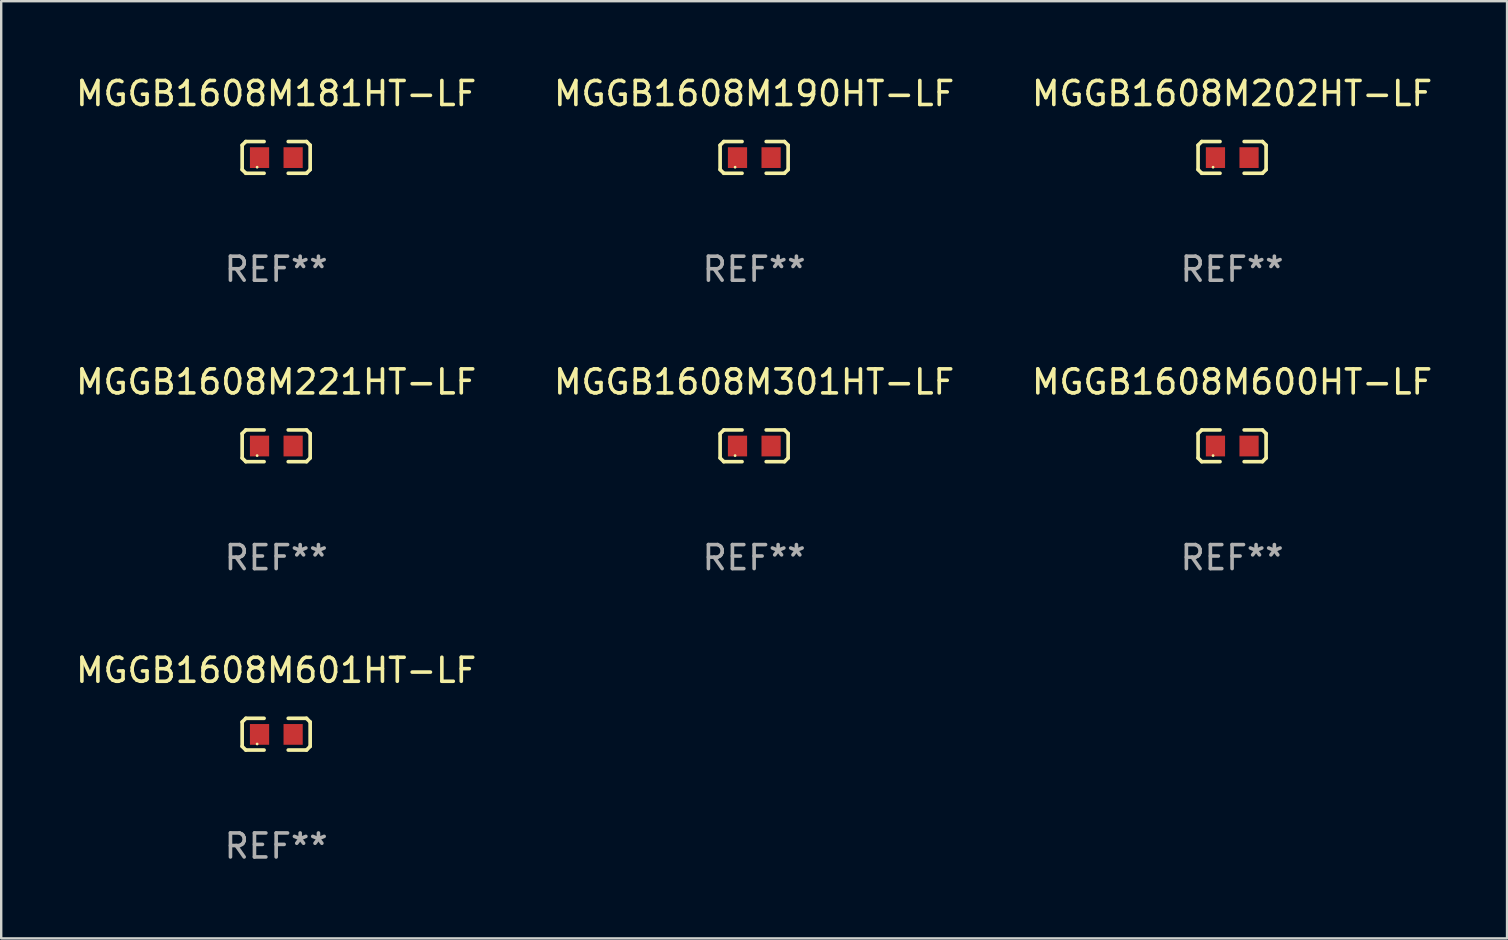
<source format=kicad_pcb>
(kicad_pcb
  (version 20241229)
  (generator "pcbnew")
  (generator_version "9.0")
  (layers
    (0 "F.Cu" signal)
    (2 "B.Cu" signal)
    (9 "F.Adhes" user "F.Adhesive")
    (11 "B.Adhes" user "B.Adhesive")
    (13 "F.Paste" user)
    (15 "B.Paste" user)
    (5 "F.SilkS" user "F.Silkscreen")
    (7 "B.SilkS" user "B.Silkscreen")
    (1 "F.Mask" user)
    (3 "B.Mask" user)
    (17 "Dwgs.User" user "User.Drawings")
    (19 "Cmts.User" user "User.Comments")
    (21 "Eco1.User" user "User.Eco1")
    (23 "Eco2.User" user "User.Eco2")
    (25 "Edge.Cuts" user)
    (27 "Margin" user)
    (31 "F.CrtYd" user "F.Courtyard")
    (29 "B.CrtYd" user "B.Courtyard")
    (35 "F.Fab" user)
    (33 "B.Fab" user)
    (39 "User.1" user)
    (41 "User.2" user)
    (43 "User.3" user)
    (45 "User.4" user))
  (footprint "MGGB1608M221HT-LF"
    (layer "F.Cu")
    (at 8.458 15.527)
    (property "Reference" "MGGB1608M221HT-LF" (at 0 -2.661 0) (layer "F.SilkS") (effects (font (size 1 1) (thickness 0.15))))
    (attr through_hole)
    (fp_line (start -1.417 -0.508) (end -1.265 -0.661) (stroke (width 0.152) (type solid)) (layer "F.SilkS"))
    (fp_line (start -1.417 0.508) (end -1.417 -0.508) (stroke (width 0.152) (type solid)) (layer "F.SilkS"))
    (fp_line (start -1.265 -0.661) (end -0.503 -0.661) (stroke (width 0.152) (type solid)) (layer "F.SilkS"))
    (fp_line (start -1.265 0.661) (end -1.417 0.508) (stroke (width 0.152) (type solid)) (layer "F.SilkS"))
    (fp_line (start -1.265 0.661) (end -0.503 0.661) (stroke (width 0.152) (type solid)) (layer "F.SilkS"))
    (fp_line (start 1.265 -0.661) (end 0.503 -0.661) (stroke (width 0.152) (type solid)) (layer "F.SilkS"))
    (fp_line (start 1.265 -0.661) (end 1.417 -0.508) (stroke (width 0.152) (type solid)) (layer "F.SilkS"))
    (fp_line (start 1.265 0.661) (end 0.503 0.661) (stroke (width 0.152) (type solid)) (layer "F.SilkS"))
    (fp_line (start 1.417 -0.508) (end 1.417 0.508) (stroke (width 0.152) (type solid)) (layer "F.SilkS"))
    (fp_line (start 1.417 0.508) (end 1.265 0.661) (stroke (width 0.152) (type solid)) (layer "F.SilkS"))
    (fp_circle (center -0.793 0.409) (end -0.763 0.409) (stroke (width 0.06) (type solid)) (fill no) (layer "F.SilkS"))
    (fp_text user "REF**" (at 0 4.661 0) (layer "F.Fab") (effects (font (size 1 1) (thickness 0.15))))
    (pad "1" smd rect (at -0.693 0.009 180) (size 0.8 0.864) (layers "F.Cu" "F.Mask" "F.Paste"))
    (pad "2" smd rect (at 0.707 0.009 180) (size 0.8 0.864) (layers "F.Cu" "F.Mask" "F.Paste")))
  (footprint "MGGB1608M181HT-LF"
    (layer "F.Cu")
    (at 8.458 3.509)
    (property "Reference" "MGGB1608M181HT-LF" (at 0 -2.661 0) (layer "F.SilkS") (effects (font (size 1 1) (thickness 0.15))))
    (attr through_hole)
    (fp_line (start -1.417 -0.508) (end -1.265 -0.661) (stroke (width 0.152) (type solid)) (layer "F.SilkS"))
    (fp_line (start -1.417 0.508) (end -1.417 -0.508) (stroke (width 0.152) (type solid)) (layer "F.SilkS"))
    (fp_line (start -1.265 -0.661) (end -0.503 -0.661) (stroke (width 0.152) (type solid)) (layer "F.SilkS"))
    (fp_line (start -1.265 0.661) (end -1.417 0.508) (stroke (width 0.152) (type solid)) (layer "F.SilkS"))
    (fp_line (start -1.265 0.661) (end -0.503 0.661) (stroke (width 0.152) (type solid)) (layer "F.SilkS"))
    (fp_line (start 1.265 -0.661) (end 0.503 -0.661) (stroke (width 0.152) (type solid)) (layer "F.SilkS"))
    (fp_line (start 1.265 -0.661) (end 1.417 -0.508) (stroke (width 0.152) (type solid)) (layer "F.SilkS"))
    (fp_line (start 1.265 0.661) (end 0.503 0.661) (stroke (width 0.152) (type solid)) (layer "F.SilkS"))
    (fp_line (start 1.417 -0.508) (end 1.417 0.508) (stroke (width 0.152) (type solid)) (layer "F.SilkS"))
    (fp_line (start 1.417 0.508) (end 1.265 0.661) (stroke (width 0.152) (type solid)) (layer "F.SilkS"))
    (fp_circle (center -0.793 0.409) (end -0.763 0.409) (stroke (width 0.06) (type solid)) (fill no) (layer "F.SilkS"))
    (fp_text user "REF**" (at 0 4.661 0) (layer "F.Fab") (effects (font (size 1 1) (thickness 0.15))))
    (pad "1" smd rect (at -0.693 0.009 180) (size 0.8 0.864) (layers "F.Cu" "F.Mask" "F.Paste"))
    (pad "2" smd rect (at 0.707 0.009 180) (size 0.8 0.864) (layers "F.Cu" "F.Mask" "F.Paste")))
  (footprint "MGGB1608M202HT-LF"
    (layer "F.Cu")
    (at 48.292 3.509)
    (property "Reference" "MGGB1608M202HT-LF" (at 0 -2.661 0) (layer "F.SilkS") (effects (font (size 1 1) (thickness 0.15))))
    (attr through_hole)
    (fp_line (start -1.417 -0.508) (end -1.265 -0.661) (stroke (width 0.152) (type solid)) (layer "F.SilkS"))
    (fp_line (start -1.417 0.508) (end -1.417 -0.508) (stroke (width 0.152) (type solid)) (layer "F.SilkS"))
    (fp_line (start -1.265 -0.661) (end -0.503 -0.661) (stroke (width 0.152) (type solid)) (layer "F.SilkS"))
    (fp_line (start -1.265 0.661) (end -1.417 0.508) (stroke (width 0.152) (type solid)) (layer "F.SilkS"))
    (fp_line (start -1.265 0.661) (end -0.503 0.661) (stroke (width 0.152) (type solid)) (layer "F.SilkS"))
    (fp_line (start 1.265 -0.661) (end 0.503 -0.661) (stroke (width 0.152) (type solid)) (layer "F.SilkS"))
    (fp_line (start 1.265 -0.661) (end 1.417 -0.508) (stroke (width 0.152) (type solid)) (layer "F.SilkS"))
    (fp_line (start 1.265 0.661) (end 0.503 0.661) (stroke (width 0.152) (type solid)) (layer "F.SilkS"))
    (fp_line (start 1.417 -0.508) (end 1.417 0.508) (stroke (width 0.152) (type solid)) (layer "F.SilkS"))
    (fp_line (start 1.417 0.508) (end 1.265 0.661) (stroke (width 0.152) (type solid)) (layer "F.SilkS"))
    (fp_circle (center -0.793 0.409) (end -0.763 0.409) (stroke (width 0.06) (type solid)) (fill no) (layer "F.SilkS"))
    (fp_text user "REF**" (at 0 4.661 0) (layer "F.Fab") (effects (font (size 1 1) (thickness 0.15))))
    (pad "1" smd rect (at -0.693 0.009 180) (size 0.8 0.864) (layers "F.Cu" "F.Mask" "F.Paste"))
    (pad "2" smd rect (at 0.707 0.009 180) (size 0.8 0.864) (layers "F.Cu" "F.Mask" "F.Paste")))
  (footprint "MGGB1608M301HT-LF"
    (layer "F.Cu")
    (at 28.375 15.527)
    (property "Reference" "MGGB1608M301HT-LF" (at 0 -2.661 0) (layer "F.SilkS") (effects (font (size 1 1) (thickness 0.15))))
    (attr through_hole)
    (fp_line (start -1.417 -0.508) (end -1.265 -0.661) (stroke (width 0.152) (type solid)) (layer "F.SilkS"))
    (fp_line (start -1.417 0.508) (end -1.417 -0.508) (stroke (width 0.152) (type solid)) (layer "F.SilkS"))
    (fp_line (start -1.265 -0.661) (end -0.503 -0.661) (stroke (width 0.152) (type solid)) (layer "F.SilkS"))
    (fp_line (start -1.265 0.661) (end -1.417 0.508) (stroke (width 0.152) (type solid)) (layer "F.SilkS"))
    (fp_line (start -1.265 0.661) (end -0.503 0.661) (stroke (width 0.152) (type solid)) (layer "F.SilkS"))
    (fp_line (start 1.265 -0.661) (end 0.503 -0.661) (stroke (width 0.152) (type solid)) (layer "F.SilkS"))
    (fp_line (start 1.265 -0.661) (end 1.417 -0.508) (stroke (width 0.152) (type solid)) (layer "F.SilkS"))
    (fp_line (start 1.265 0.661) (end 0.503 0.661) (stroke (width 0.152) (type solid)) (layer "F.SilkS"))
    (fp_line (start 1.417 -0.508) (end 1.417 0.508) (stroke (width 0.152) (type solid)) (layer "F.SilkS"))
    (fp_line (start 1.417 0.508) (end 1.265 0.661) (stroke (width 0.152) (type solid)) (layer "F.SilkS"))
    (fp_circle (center -0.793 0.409) (end -0.763 0.409) (stroke (width 0.06) (type solid)) (fill no) (layer "F.SilkS"))
    (fp_text user "REF**" (at 0 4.661 0) (layer "F.Fab") (effects (font (size 1 1) (thickness 0.15))))
    (pad "1" smd rect (at -0.693 0.009 180) (size 0.8 0.864) (layers "F.Cu" "F.Mask" "F.Paste"))
    (pad "2" smd rect (at 0.707 0.009 180) (size 0.8 0.864) (layers "F.Cu" "F.Mask" "F.Paste")))
  (footprint "MGGB1608M600HT-LF"
    (layer "F.Cu")
    (at 48.292 15.527)
    (property "Reference" "MGGB1608M600HT-LF" (at 0 -2.661 0) (layer "F.SilkS") (effects (font (size 1 1) (thickness 0.15))))
    (attr through_hole)
    (fp_line (start -1.417 -0.508) (end -1.265 -0.661) (stroke (width 0.152) (type solid)) (layer "F.SilkS"))
    (fp_line (start -1.417 0.508) (end -1.417 -0.508) (stroke (width 0.152) (type solid)) (layer "F.SilkS"))
    (fp_line (start -1.265 -0.661) (end -0.503 -0.661) (stroke (width 0.152) (type solid)) (layer "F.SilkS"))
    (fp_line (start -1.265 0.661) (end -1.417 0.508) (stroke (width 0.152) (type solid)) (layer "F.SilkS"))
    (fp_line (start -1.265 0.661) (end -0.503 0.661) (stroke (width 0.152) (type solid)) (layer "F.SilkS"))
    (fp_line (start 1.265 -0.661) (end 0.503 -0.661) (stroke (width 0.152) (type solid)) (layer "F.SilkS"))
    (fp_line (start 1.265 -0.661) (end 1.417 -0.508) (stroke (width 0.152) (type solid)) (layer "F.SilkS"))
    (fp_line (start 1.265 0.661) (end 0.503 0.661) (stroke (width 0.152) (type solid)) (layer "F.SilkS"))
    (fp_line (start 1.417 -0.508) (end 1.417 0.508) (stroke (width 0.152) (type solid)) (layer "F.SilkS"))
    (fp_line (start 1.417 0.508) (end 1.265 0.661) (stroke (width 0.152) (type solid)) (layer "F.SilkS"))
    (fp_circle (center -0.793 0.409) (end -0.763 0.409) (stroke (width 0.06) (type solid)) (fill no) (layer "F.SilkS"))
    (fp_text user "REF**" (at 0 4.661 0) (layer "F.Fab") (effects (font (size 1 1) (thickness 0.15))))
    (pad "1" smd rect (at -0.693 0.009 180) (size 0.8 0.864) (layers "F.Cu" "F.Mask" "F.Paste"))
    (pad "2" smd rect (at 0.707 0.009 180) (size 0.8 0.864) (layers "F.Cu" "F.Mask" "F.Paste")))
  (footprint "MGGB1608M601HT-LF"
    (layer "F.Cu")
    (at 8.458 27.544)
    (property "Reference" "MGGB1608M601HT-LF" (at 0 -2.661 0) (layer "F.SilkS") (effects (font (size 1 1) (thickness 0.15))))
    (attr through_hole)
    (fp_line (start -1.417 -0.508) (end -1.265 -0.661) (stroke (width 0.152) (type solid)) (layer "F.SilkS"))
    (fp_line (start -1.417 0.508) (end -1.417 -0.508) (stroke (width 0.152) (type solid)) (layer "F.SilkS"))
    (fp_line (start -1.265 -0.661) (end -0.503 -0.661) (stroke (width 0.152) (type solid)) (layer "F.SilkS"))
    (fp_line (start -1.265 0.661) (end -1.417 0.508) (stroke (width 0.152) (type solid)) (layer "F.SilkS"))
    (fp_line (start -1.265 0.661) (end -0.503 0.661) (stroke (width 0.152) (type solid)) (layer "F.SilkS"))
    (fp_line (start 1.265 -0.661) (end 0.503 -0.661) (stroke (width 0.152) (type solid)) (layer "F.SilkS"))
    (fp_line (start 1.265 -0.661) (end 1.417 -0.508) (stroke (width 0.152) (type solid)) (layer "F.SilkS"))
    (fp_line (start 1.265 0.661) (end 0.503 0.661) (stroke (width 0.152) (type solid)) (layer "F.SilkS"))
    (fp_line (start 1.417 -0.508) (end 1.417 0.508) (stroke (width 0.152) (type solid)) (layer "F.SilkS"))
    (fp_line (start 1.417 0.508) (end 1.265 0.661) (stroke (width 0.152) (type solid)) (layer "F.SilkS"))
    (fp_circle (center -0.793 0.409) (end -0.763 0.409) (stroke (width 0.06) (type solid)) (fill no) (layer "F.SilkS"))
    (fp_text user "REF**" (at 0 4.661 0) (layer "F.Fab") (effects (font (size 1 1) (thickness 0.15))))
    (pad "1" smd rect (at -0.693 0.009 180) (size 0.8 0.864) (layers "F.Cu" "F.Mask" "F.Paste"))
    (pad "2" smd rect (at 0.707 0.009 180) (size 0.8 0.864) (layers "F.Cu" "F.Mask" "F.Paste")))
  (footprint "MGGB1608M190HT-LF"
    (layer "F.Cu")
    (at 28.375 3.509)
    (property "Reference" "MGGB1608M190HT-LF" (at 0 -2.661 0) (layer "F.SilkS") (effects (font (size 1 1) (thickness 0.15))))
    (attr through_hole)
    (fp_line (start -1.417 -0.508) (end -1.265 -0.661) (stroke (width 0.152) (type solid)) (layer "F.SilkS"))
    (fp_line (start -1.417 0.508) (end -1.417 -0.508) (stroke (width 0.152) (type solid)) (layer "F.SilkS"))
    (fp_line (start -1.265 -0.661) (end -0.503 -0.661) (stroke (width 0.152) (type solid)) (layer "F.SilkS"))
    (fp_line (start -1.265 0.661) (end -1.417 0.508) (stroke (width 0.152) (type solid)) (layer "F.SilkS"))
    (fp_line (start -1.265 0.661) (end -0.503 0.661) (stroke (width 0.152) (type solid)) (layer "F.SilkS"))
    (fp_line (start 1.265 -0.661) (end 0.503 -0.661) (stroke (width 0.152) (type solid)) (layer "F.SilkS"))
    (fp_line (start 1.265 -0.661) (end 1.417 -0.508) (stroke (width 0.152) (type solid)) (layer "F.SilkS"))
    (fp_line (start 1.265 0.661) (end 0.503 0.661) (stroke (width 0.152) (type solid)) (layer "F.SilkS"))
    (fp_line (start 1.417 -0.508) (end 1.417 0.508) (stroke (width 0.152) (type solid)) (layer "F.SilkS"))
    (fp_line (start 1.417 0.508) (end 1.265 0.661) (stroke (width 0.152) (type solid)) (layer "F.SilkS"))
    (fp_circle (center -0.793 0.409) (end -0.763 0.409) (stroke (width 0.06) (type solid)) (fill no) (layer "F.SilkS"))
    (fp_text user "REF**" (at 0 4.661 0) (layer "F.Fab") (effects (font (size 1 1) (thickness 0.15))))
    (pad "1" smd rect (at -0.693 0.009 180) (size 0.8 0.864) (layers "F.Cu" "F.Mask" "F.Paste"))
    (pad "2" smd rect (at 0.707 0.009 180) (size 0.8 0.864) (layers "F.Cu" "F.Mask" "F.Paste")))
  (gr_rect
    (start -3 -3)
    (end 59.75 36.053)
    (stroke (width 0.1) (type default))
    (fill no)
    (layer "Edge.Cuts")))
</source>
